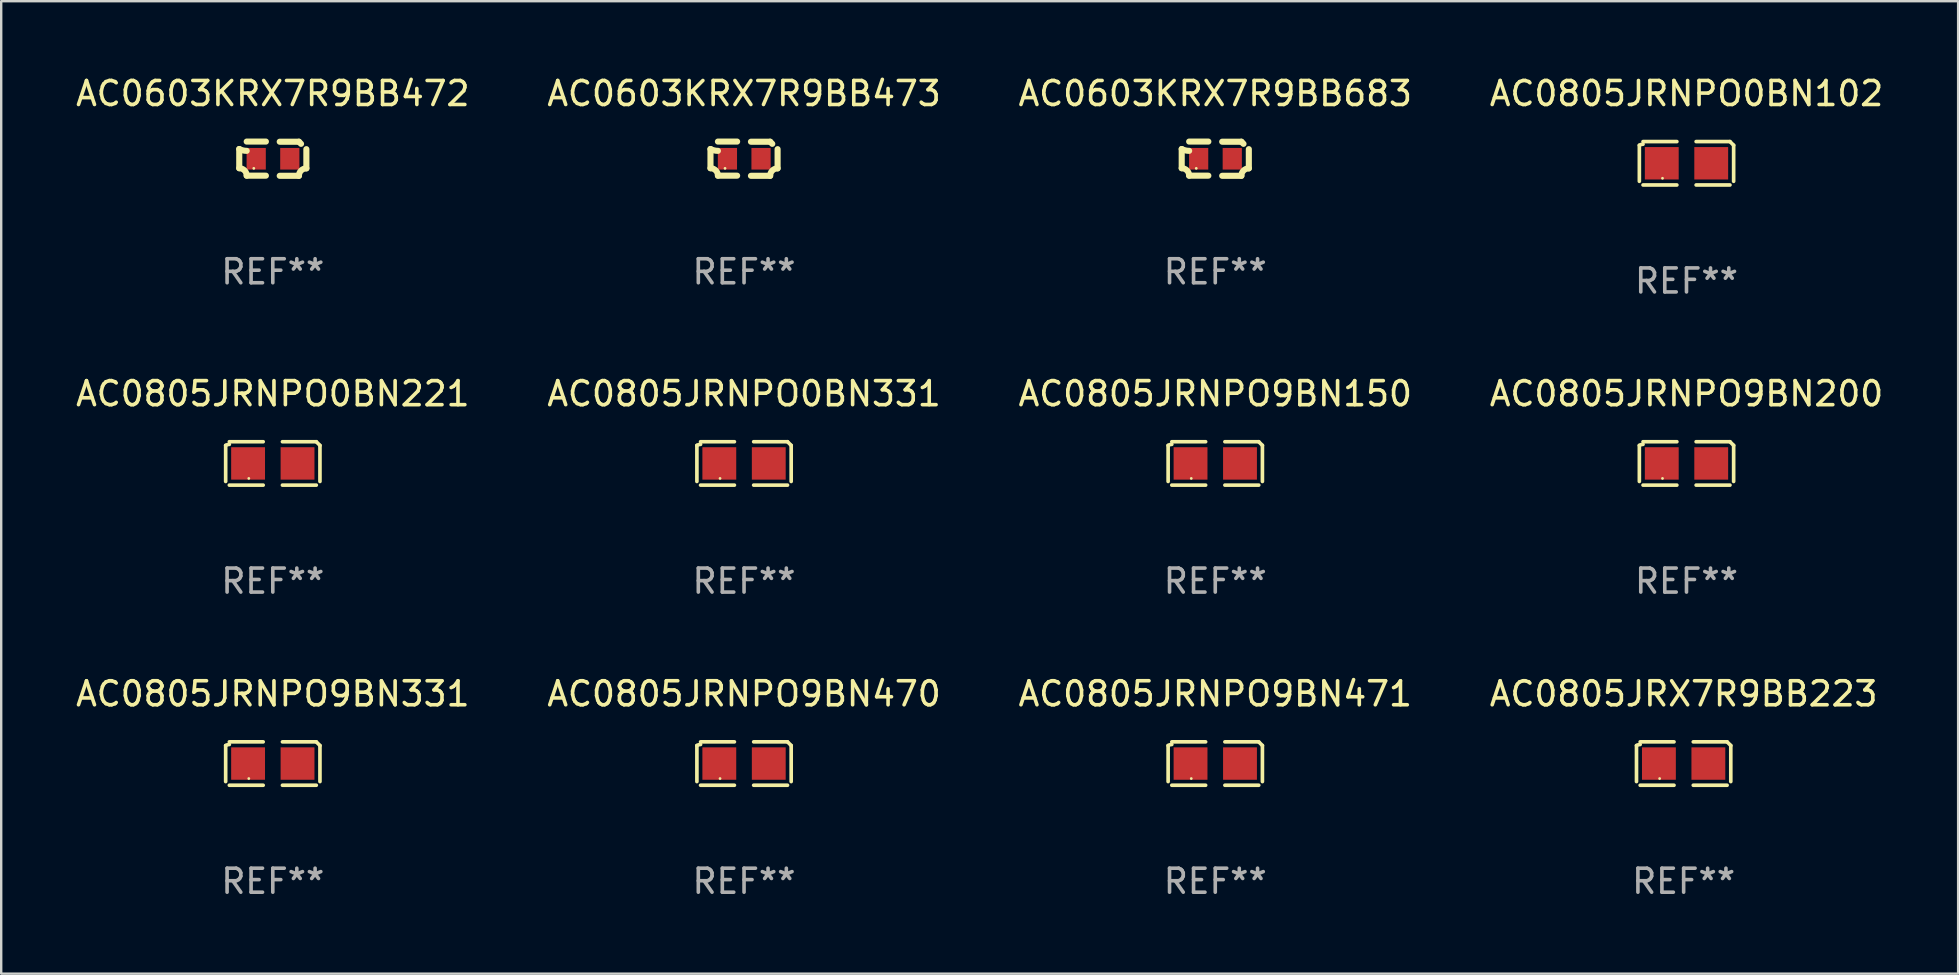
<source format=kicad_pcb>
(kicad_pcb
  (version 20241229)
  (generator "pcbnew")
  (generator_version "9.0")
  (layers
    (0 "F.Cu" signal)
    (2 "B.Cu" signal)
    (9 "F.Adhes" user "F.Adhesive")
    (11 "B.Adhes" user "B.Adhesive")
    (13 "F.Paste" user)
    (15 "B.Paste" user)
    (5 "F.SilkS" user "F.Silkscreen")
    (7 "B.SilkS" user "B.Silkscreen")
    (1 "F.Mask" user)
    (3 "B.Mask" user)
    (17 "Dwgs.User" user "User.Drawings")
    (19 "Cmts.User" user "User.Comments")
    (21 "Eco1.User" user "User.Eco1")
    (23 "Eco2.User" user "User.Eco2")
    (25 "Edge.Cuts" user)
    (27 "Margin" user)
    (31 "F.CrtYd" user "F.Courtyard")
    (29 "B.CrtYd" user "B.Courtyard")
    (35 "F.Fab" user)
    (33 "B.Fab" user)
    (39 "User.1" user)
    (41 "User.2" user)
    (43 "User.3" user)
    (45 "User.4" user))
  (footprint "AC0805JRNPO0BN102"
    (layer "F.Cu")
    (at 67.208 3.752)
    (property "Reference" "AC0805JRNPO0BN102" (at 0 -2.904 0) (layer "F.SilkS") (effects (font (size 1 1) (thickness 0.15))))
    (attr through_hole)
    (fp_line (start -1.964 0.751) (end -1.964 -0.751) (stroke (width 0.152) (type solid)) (layer "F.SilkS"))
    (fp_line (start -1.811 -0.904) (end -0.401 -0.904) (stroke (width 0.152) (type solid)) (layer "F.SilkS"))
    (fp_line (start -0.401 0.904) (end -1.811 0.904) (stroke (width 0.152) (type solid)) (layer "F.SilkS"))
    (fp_line (start 0.401 0.904) (end 1.811 0.904) (stroke (width 0.152) (type solid)) (layer "F.SilkS"))
    (fp_line (start 1.811 -0.904) (end 0.401 -0.904) (stroke (width 0.152) (type solid)) (layer "F.SilkS"))
    (fp_line (start 1.964 0.751) (end 1.964 -0.751) (stroke (width 0.152) (type solid)) (layer "F.SilkS"))
    (fp_arc (start -1.963602 -0.751207) (mid -1.890354 -0.783131) (end -1.811201 -0.794044) (stroke (width 0.1524) (type solid)) (layer "F.SilkS"))
    (fp_arc (start 1.811202 -0.903607) (mid 1.887413 -0.827418) (end 1.963602 -0.751207) (stroke (width 0.1524) (type solid)) (layer "F.SilkS"))
    (fp_circle (center -1 0.625) (end -0.97 0.625) (stroke (width 0.06) (type solid)) (fill no) (layer "F.SilkS"))
    (fp_text user "REF**" (at 0 4.904 0) (layer "F.Fab") (effects (font (size 1 1) (thickness 0.15))))
    (pad "1" smd rect (at -1.03 0) (size 1.41 1.35) (layers "F.Cu" "F.Mask" "F.Paste"))
    (pad "2" smd rect (at 1.03 0) (size 1.41 1.35) (layers "F.Cu" "F.Mask" "F.Paste")))
  (footprint "AC0805JRNPO9BN150"
    (layer "F.Cu")
    (at 47.577 16.256)
    (property "Reference" "AC0805JRNPO9BN150" (at 0 -2.904 0) (layer "F.SilkS") (effects (font (size 1 1) (thickness 0.15))))
    (attr through_hole)
    (fp_line (start -1.964 0.751) (end -1.964 -0.751) (stroke (width 0.152) (type solid)) (layer "F.SilkS"))
    (fp_line (start -1.811 -0.904) (end -0.401 -0.904) (stroke (width 0.152) (type solid)) (layer "F.SilkS"))
    (fp_line (start -0.401 0.904) (end -1.811 0.904) (stroke (width 0.152) (type solid)) (layer "F.SilkS"))
    (fp_line (start 0.401 0.904) (end 1.811 0.904) (stroke (width 0.152) (type solid)) (layer "F.SilkS"))
    (fp_line (start 1.811 -0.904) (end 0.401 -0.904) (stroke (width 0.152) (type solid)) (layer "F.SilkS"))
    (fp_line (start 1.964 0.751) (end 1.964 -0.751) (stroke (width 0.152) (type solid)) (layer "F.SilkS"))
    (fp_arc (start -1.963602 -0.751207) (mid -1.890354 -0.783131) (end -1.811201 -0.794044) (stroke (width 0.1524) (type solid)) (layer "F.SilkS"))
    (fp_arc (start 1.811202 -0.903607) (mid 1.887413 -0.827418) (end 1.963602 -0.751207) (stroke (width 0.1524) (type solid)) (layer "F.SilkS"))
    (fp_circle (center -1 0.625) (end -0.97 0.625) (stroke (width 0.06) (type solid)) (fill no) (layer "F.SilkS"))
    (fp_text user "REF**" (at 0 4.904 0) (layer "F.Fab") (effects (font (size 1 1) (thickness 0.15))))
    (pad "1" smd rect (at -1.03 0) (size 1.41 1.35) (layers "F.Cu" "F.Mask" "F.Paste"))
    (pad "2" smd rect (at 1.03 0) (size 1.41 1.35) (layers "F.Cu" "F.Mask" "F.Paste")))
  (footprint "AC0805JRNPO9BN470"
    (layer "F.Cu")
    (at 27.946 28.759)
    (property "Reference" "AC0805JRNPO9BN470" (at 0 -2.904 0) (layer "F.SilkS") (effects (font (size 1 1) (thickness 0.15))))
    (attr through_hole)
    (fp_line (start -1.964 0.751) (end -1.964 -0.751) (stroke (width 0.152) (type solid)) (layer "F.SilkS"))
    (fp_line (start -1.811 -0.904) (end -0.401 -0.904) (stroke (width 0.152) (type solid)) (layer "F.SilkS"))
    (fp_line (start -0.401 0.904) (end -1.811 0.904) (stroke (width 0.152) (type solid)) (layer "F.SilkS"))
    (fp_line (start 0.401 0.904) (end 1.811 0.904) (stroke (width 0.152) (type solid)) (layer "F.SilkS"))
    (fp_line (start 1.811 -0.904) (end 0.401 -0.904) (stroke (width 0.152) (type solid)) (layer "F.SilkS"))
    (fp_line (start 1.964 0.751) (end 1.964 -0.751) (stroke (width 0.152) (type solid)) (layer "F.SilkS"))
    (fp_arc (start -1.963602 -0.751207) (mid -1.890354 -0.783131) (end -1.811201 -0.794044) (stroke (width 0.1524) (type solid)) (layer "F.SilkS"))
    (fp_arc (start 1.811202 -0.903607) (mid 1.887413 -0.827418) (end 1.963602 -0.751207) (stroke (width 0.1524) (type solid)) (layer "F.SilkS"))
    (fp_circle (center -1 0.625) (end -0.97 0.625) (stroke (width 0.06) (type solid)) (fill no) (layer "F.SilkS"))
    (fp_text user "REF**" (at 0 4.904 0) (layer "F.Fab") (effects (font (size 1 1) (thickness 0.15))))
    (pad "1" smd rect (at -1.03 0) (size 1.41 1.35) (layers "F.Cu" "F.Mask" "F.Paste"))
    (pad "2" smd rect (at 1.03 0) (size 1.41 1.35) (layers "F.Cu" "F.Mask" "F.Paste")))
  (footprint "AC0603KRX7R9BB473"
    (layer "F.Cu")
    (at 27.946 3.561)
    (property "Reference" "AC0603KRX7R9BB473" (at 0 -2.713 0) (layer "F.SilkS") (effects (font (size 1 1) (thickness 0.15))))
    (attr through_hole)
    (fp_line (start -1.398 -0.403) (end -1.398 0.397) (stroke (width 0.254) (type solid)) (layer "F.SilkS"))
    (fp_line (start -0.288 -0.713) (end -1.088 -0.713) (stroke (width 0.254) (type solid)) (layer "F.SilkS"))
    (fp_line (start -0.288 0.707) (end -1.088 0.707) (stroke (width 0.254) (type solid)) (layer "F.SilkS"))
    (fp_line (start 0.288 -0.707) (end 1.088 -0.707) (stroke (width 0.254) (type solid)) (layer "F.SilkS"))
    (fp_line (start 0.288 0.713) (end 1.088 0.713) (stroke (width 0.254) (type solid)) (layer "F.SilkS"))
    (fp_line (start 1.398 -0.397) (end 1.398 0.403) (stroke (width 0.254) (type solid)) (layer "F.SilkS"))
    (fp_arc (start -1.397789 0.397066) (mid -1.178701 0.487826) (end -1.08796 0.706922) (stroke (width 0.254001) (type solid)) (layer "F.SilkS"))
    (fp_arc (start -1.08796 -0.327176) (mid -1.247436 -0.346384) (end -1.39779 -0.402908) (stroke (width 0.254001) (type solid)) (layer "F.SilkS"))
    (fp_arc (start 1.087909 0.712738) (mid 1.178656 0.493655) (end 1.397739 0.402908) (stroke (width 0.254001) (type solid)) (layer "F.SilkS"))
    (fp_arc (start 1.175925 -0.618926) (mid 1.131917 -0.662923) (end 1.08791 -0.706922) (stroke (width 0.254001) (type solid)) (layer "F.SilkS"))
    (fp_circle (center -0.792 0.403) (end -0.762 0.403) (stroke (width 0.06) (type solid)) (fill no) (layer "F.SilkS"))
    (fp_text user "REF**" (at 0 4.713 0) (layer "F.Fab") (effects (font (size 1 1) (thickness 0.15))))
    (pad "1" smd rect (at -0.692 0.003) (size 0.8 0.9) (layers "F.Cu" "F.Mask" "F.Paste"))
    (pad "2" smd rect (at 0.708 0.003) (size 0.8 0.9) (layers "F.Cu" "F.Mask" "F.Paste")))
  (footprint "AC0805JRNPO0BN221"
    (layer "F.Cu")
    (at 8.315 16.256)
    (property "Reference" "AC0805JRNPO0BN221" (at 0 -2.904 0) (layer "F.SilkS") (effects (font (size 1 1) (thickness 0.15))))
    (attr through_hole)
    (fp_line (start -1.964 0.751) (end -1.964 -0.751) (stroke (width 0.152) (type solid)) (layer "F.SilkS"))
    (fp_line (start -1.811 -0.904) (end -0.401 -0.904) (stroke (width 0.152) (type solid)) (layer "F.SilkS"))
    (fp_line (start -0.401 0.904) (end -1.811 0.904) (stroke (width 0.152) (type solid)) (layer "F.SilkS"))
    (fp_line (start 0.401 0.904) (end 1.811 0.904) (stroke (width 0.152) (type solid)) (layer "F.SilkS"))
    (fp_line (start 1.811 -0.904) (end 0.401 -0.904) (stroke (width 0.152) (type solid)) (layer "F.SilkS"))
    (fp_line (start 1.964 0.751) (end 1.964 -0.751) (stroke (width 0.152) (type solid)) (layer "F.SilkS"))
    (fp_arc (start -1.963602 -0.751207) (mid -1.890354 -0.783131) (end -1.811201 -0.794044) (stroke (width 0.1524) (type solid)) (layer "F.SilkS"))
    (fp_arc (start 1.811202 -0.903607) (mid 1.887413 -0.827418) (end 1.963602 -0.751207) (stroke (width 0.1524) (type solid)) (layer "F.SilkS"))
    (fp_circle (center -1 0.625) (end -0.97 0.625) (stroke (width 0.06) (type solid)) (fill no) (layer "F.SilkS"))
    (fp_text user "REF**" (at 0 4.904 0) (layer "F.Fab") (effects (font (size 1 1) (thickness 0.15))))
    (pad "1" smd rect (at -1.03 0) (size 1.41 1.35) (layers "F.Cu" "F.Mask" "F.Paste"))
    (pad "2" smd rect (at 1.03 0) (size 1.41 1.35) (layers "F.Cu" "F.Mask" "F.Paste")))
  (footprint "AC0805JRNPO9BN471"
    (layer "F.Cu")
    (at 47.577 28.759)
    (property "Reference" "AC0805JRNPO9BN471" (at 0 -2.904 0) (layer "F.SilkS") (effects (font (size 1 1) (thickness 0.15))))
    (attr through_hole)
    (fp_line (start -1.964 0.751) (end -1.964 -0.751) (stroke (width 0.152) (type solid)) (layer "F.SilkS"))
    (fp_line (start -1.811 -0.904) (end -0.401 -0.904) (stroke (width 0.152) (type solid)) (layer "F.SilkS"))
    (fp_line (start -0.401 0.904) (end -1.811 0.904) (stroke (width 0.152) (type solid)) (layer "F.SilkS"))
    (fp_line (start 0.401 0.904) (end 1.811 0.904) (stroke (width 0.152) (type solid)) (layer "F.SilkS"))
    (fp_line (start 1.811 -0.904) (end 0.401 -0.904) (stroke (width 0.152) (type solid)) (layer "F.SilkS"))
    (fp_line (start 1.964 0.751) (end 1.964 -0.751) (stroke (width 0.152) (type solid)) (layer "F.SilkS"))
    (fp_arc (start -1.963602 -0.751207) (mid -1.890354 -0.783131) (end -1.811201 -0.794044) (stroke (width 0.1524) (type solid)) (layer "F.SilkS"))
    (fp_arc (start 1.811202 -0.903607) (mid 1.887413 -0.827418) (end 1.963602 -0.751207) (stroke (width 0.1524) (type solid)) (layer "F.SilkS"))
    (fp_circle (center -1 0.625) (end -0.97 0.625) (stroke (width 0.06) (type solid)) (fill no) (layer "F.SilkS"))
    (fp_text user "REF**" (at 0 4.904 0) (layer "F.Fab") (effects (font (size 1 1) (thickness 0.15))))
    (pad "1" smd rect (at -1.03 0) (size 1.41 1.35) (layers "F.Cu" "F.Mask" "F.Paste"))
    (pad "2" smd rect (at 1.03 0) (size 1.41 1.35) (layers "F.Cu" "F.Mask" "F.Paste")))
  (footprint "AC0805JRNPO9BN200"
    (layer "F.Cu")
    (at 67.208 16.256)
    (property "Reference" "AC0805JRNPO9BN200" (at 0 -2.904 0) (layer "F.SilkS") (effects (font (size 1 1) (thickness 0.15))))
    (attr through_hole)
    (fp_line (start -1.964 0.751) (end -1.964 -0.751) (stroke (width 0.152) (type solid)) (layer "F.SilkS"))
    (fp_line (start -1.811 -0.904) (end -0.401 -0.904) (stroke (width 0.152) (type solid)) (layer "F.SilkS"))
    (fp_line (start -0.401 0.904) (end -1.811 0.904) (stroke (width 0.152) (type solid)) (layer "F.SilkS"))
    (fp_line (start 0.401 0.904) (end 1.811 0.904) (stroke (width 0.152) (type solid)) (layer "F.SilkS"))
    (fp_line (start 1.811 -0.904) (end 0.401 -0.904) (stroke (width 0.152) (type solid)) (layer "F.SilkS"))
    (fp_line (start 1.964 0.751) (end 1.964 -0.751) (stroke (width 0.152) (type solid)) (layer "F.SilkS"))
    (fp_arc (start -1.963602 -0.751207) (mid -1.890354 -0.783131) (end -1.811201 -0.794044) (stroke (width 0.1524) (type solid)) (layer "F.SilkS"))
    (fp_arc (start 1.811202 -0.903607) (mid 1.887413 -0.827418) (end 1.963602 -0.751207) (stroke (width 0.1524) (type solid)) (layer "F.SilkS"))
    (fp_circle (center -1 0.625) (end -0.97 0.625) (stroke (width 0.06) (type solid)) (fill no) (layer "F.SilkS"))
    (fp_text user "REF**" (at 0 4.904 0) (layer "F.Fab") (effects (font (size 1 1) (thickness 0.15))))
    (pad "1" smd rect (at -1.03 0) (size 1.41 1.35) (layers "F.Cu" "F.Mask" "F.Paste"))
    (pad "2" smd rect (at 1.03 0) (size 1.41 1.35) (layers "F.Cu" "F.Mask" "F.Paste")))
  (footprint "AC0805JRX7R9BB223"
    (layer "F.Cu")
    (at 67.089 28.759)
    (property "Reference" "AC0805JRX7R9BB223" (at 0 -2.904 0) (layer "F.SilkS") (effects (font (size 1 1) (thickness 0.15))))
    (attr through_hole)
    (fp_line (start -1.964 0.751) (end -1.964 -0.751) (stroke (width 0.152) (type solid)) (layer "F.SilkS"))
    (fp_line (start -1.811 -0.904) (end -0.401 -0.904) (stroke (width 0.152) (type solid)) (layer "F.SilkS"))
    (fp_line (start -0.401 0.904) (end -1.811 0.904) (stroke (width 0.152) (type solid)) (layer "F.SilkS"))
    (fp_line (start 0.401 0.904) (end 1.811 0.904) (stroke (width 0.152) (type solid)) (layer "F.SilkS"))
    (fp_line (start 1.811 -0.904) (end 0.401 -0.904) (stroke (width 0.152) (type solid)) (layer "F.SilkS"))
    (fp_line (start 1.964 0.751) (end 1.964 -0.751) (stroke (width 0.152) (type solid)) (layer "F.SilkS"))
    (fp_arc (start -1.963602 -0.751207) (mid -1.890354 -0.783131) (end -1.811201 -0.794044) (stroke (width 0.1524) (type solid)) (layer "F.SilkS"))
    (fp_arc (start 1.811202 -0.903607) (mid 1.887413 -0.827418) (end 1.963602 -0.751207) (stroke (width 0.1524) (type solid)) (layer "F.SilkS"))
    (fp_circle (center -1 0.625) (end -0.97 0.625) (stroke (width 0.06) (type solid)) (fill no) (layer "F.SilkS"))
    (fp_text user "REF**" (at 0 4.904 0) (layer "F.Fab") (effects (font (size 1 1) (thickness 0.15))))
    (pad "1" smd rect (at -1.03 0) (size 1.41 1.35) (layers "F.Cu" "F.Mask" "F.Paste"))
    (pad "2" smd rect (at 1.03 0) (size 1.41 1.35) (layers "F.Cu" "F.Mask" "F.Paste")))
  (footprint "AC0603KRX7R9BB683"
    (layer "F.Cu")
    (at 47.577 3.561)
    (property "Reference" "AC0603KRX7R9BB683" (at 0 -2.713 0) (layer "F.SilkS") (effects (font (size 1 1) (thickness 0.15))))
    (attr through_hole)
    (fp_line (start -1.398 -0.403) (end -1.398 0.397) (stroke (width 0.254) (type solid)) (layer "F.SilkS"))
    (fp_line (start -0.288 -0.713) (end -1.088 -0.713) (stroke (width 0.254) (type solid)) (layer "F.SilkS"))
    (fp_line (start -0.288 0.707) (end -1.088 0.707) (stroke (width 0.254) (type solid)) (layer "F.SilkS"))
    (fp_line (start 0.288 -0.707) (end 1.088 -0.707) (stroke (width 0.254) (type solid)) (layer "F.SilkS"))
    (fp_line (start 0.288 0.713) (end 1.088 0.713) (stroke (width 0.254) (type solid)) (layer "F.SilkS"))
    (fp_line (start 1.398 -0.397) (end 1.398 0.403) (stroke (width 0.254) (type solid)) (layer "F.SilkS"))
    (fp_arc (start -1.397789 0.397066) (mid -1.178701 0.487826) (end -1.08796 0.706922) (stroke (width 0.254001) (type solid)) (layer "F.SilkS"))
    (fp_arc (start -1.08796 -0.327176) (mid -1.247436 -0.346384) (end -1.39779 -0.402908) (stroke (width 0.254001) (type solid)) (layer "F.SilkS"))
    (fp_arc (start 1.087909 0.712738) (mid 1.178656 0.493655) (end 1.397739 0.402908) (stroke (width 0.254001) (type solid)) (layer "F.SilkS"))
    (fp_arc (start 1.175925 -0.618926) (mid 1.131917 -0.662923) (end 1.08791 -0.706922) (stroke (width 0.254001) (type solid)) (layer "F.SilkS"))
    (fp_circle (center -0.792 0.403) (end -0.762 0.403) (stroke (width 0.06) (type solid)) (fill no) (layer "F.SilkS"))
    (fp_text user "REF**" (at 0 4.713 0) (layer "F.Fab") (effects (font (size 1 1) (thickness 0.15))))
    (pad "1" smd rect (at -0.692 0.003) (size 0.8 0.9) (layers "F.Cu" "F.Mask" "F.Paste"))
    (pad "2" smd rect (at 0.708 0.003) (size 0.8 0.9) (layers "F.Cu" "F.Mask" "F.Paste")))
  (footprint "AC0805JRNPO0BN331"
    (layer "F.Cu")
    (at 27.946 16.256)
    (property "Reference" "AC0805JRNPO0BN331" (at 0 -2.904 0) (layer "F.SilkS") (effects (font (size 1 1) (thickness 0.15))))
    (attr through_hole)
    (fp_line (start -1.964 0.751) (end -1.964 -0.751) (stroke (width 0.152) (type solid)) (layer "F.SilkS"))
    (fp_line (start -1.811 -0.904) (end -0.401 -0.904) (stroke (width 0.152) (type solid)) (layer "F.SilkS"))
    (fp_line (start -0.401 0.904) (end -1.811 0.904) (stroke (width 0.152) (type solid)) (layer "F.SilkS"))
    (fp_line (start 0.401 0.904) (end 1.811 0.904) (stroke (width 0.152) (type solid)) (layer "F.SilkS"))
    (fp_line (start 1.811 -0.904) (end 0.401 -0.904) (stroke (width 0.152) (type solid)) (layer "F.SilkS"))
    (fp_line (start 1.964 0.751) (end 1.964 -0.751) (stroke (width 0.152) (type solid)) (layer "F.SilkS"))
    (fp_arc (start -1.963602 -0.751207) (mid -1.890354 -0.783131) (end -1.811201 -0.794044) (stroke (width 0.1524) (type solid)) (layer "F.SilkS"))
    (fp_arc (start 1.811202 -0.903607) (mid 1.887413 -0.827418) (end 1.963602 -0.751207) (stroke (width 0.1524) (type solid)) (layer "F.SilkS"))
    (fp_circle (center -1 0.625) (end -0.97 0.625) (stroke (width 0.06) (type solid)) (fill no) (layer "F.SilkS"))
    (fp_text user "REF**" (at 0 4.904 0) (layer "F.Fab") (effects (font (size 1 1) (thickness 0.15))))
    (pad "1" smd rect (at -1.03 0) (size 1.41 1.35) (layers "F.Cu" "F.Mask" "F.Paste"))
    (pad "2" smd rect (at 1.03 0) (size 1.41 1.35) (layers "F.Cu" "F.Mask" "F.Paste")))
  (footprint "AC0603KRX7R9BB472"
    (layer "F.Cu")
    (at 8.315 3.561)
    (property "Reference" "AC0603KRX7R9BB472" (at 0 -2.713 0) (layer "F.SilkS") (effects (font (size 1 1) (thickness 0.15))))
    (attr through_hole)
    (fp_line (start -1.398 -0.403) (end -1.398 0.397) (stroke (width 0.254) (type solid)) (layer "F.SilkS"))
    (fp_line (start -0.288 -0.713) (end -1.088 -0.713) (stroke (width 0.254) (type solid)) (layer "F.SilkS"))
    (fp_line (start -0.288 0.707) (end -1.088 0.707) (stroke (width 0.254) (type solid)) (layer "F.SilkS"))
    (fp_line (start 0.288 -0.707) (end 1.088 -0.707) (stroke (width 0.254) (type solid)) (layer "F.SilkS"))
    (fp_line (start 0.288 0.713) (end 1.088 0.713) (stroke (width 0.254) (type solid)) (layer "F.SilkS"))
    (fp_line (start 1.398 -0.397) (end 1.398 0.403) (stroke (width 0.254) (type solid)) (layer "F.SilkS"))
    (fp_arc (start -1.397789 0.397066) (mid -1.178701 0.487826) (end -1.08796 0.706922) (stroke (width 0.254001) (type solid)) (layer "F.SilkS"))
    (fp_arc (start -1.08796 -0.327176) (mid -1.247436 -0.346384) (end -1.39779 -0.402908) (stroke (width 0.254001) (type solid)) (layer "F.SilkS"))
    (fp_arc (start 1.087909 0.712738) (mid 1.178656 0.493655) (end 1.397739 0.402908) (stroke (width 0.254001) (type solid)) (layer "F.SilkS"))
    (fp_arc (start 1.175925 -0.618926) (mid 1.131917 -0.662923) (end 1.08791 -0.706922) (stroke (width 0.254001) (type solid)) (layer "F.SilkS"))
    (fp_circle (center -0.792 0.403) (end -0.762 0.403) (stroke (width 0.06) (type solid)) (fill no) (layer "F.SilkS"))
    (fp_text user "REF**" (at 0 4.713 0) (layer "F.Fab") (effects (font (size 1 1) (thickness 0.15))))
    (pad "1" smd rect (at -0.692 0.003) (size 0.8 0.9) (layers "F.Cu" "F.Mask" "F.Paste"))
    (pad "2" smd rect (at 0.708 0.003) (size 0.8 0.9) (layers "F.Cu" "F.Mask" "F.Paste")))
  (footprint "AC0805JRNPO9BN331"
    (layer "F.Cu")
    (at 8.315 28.759)
    (property "Reference" "AC0805JRNPO9BN331" (at 0 -2.904 0) (layer "F.SilkS") (effects (font (size 1 1) (thickness 0.15))))
    (attr through_hole)
    (fp_line (start -1.964 0.751) (end -1.964 -0.751) (stroke (width 0.152) (type solid)) (layer "F.SilkS"))
    (fp_line (start -1.811 -0.904) (end -0.401 -0.904) (stroke (width 0.152) (type solid)) (layer "F.SilkS"))
    (fp_line (start -0.401 0.904) (end -1.811 0.904) (stroke (width 0.152) (type solid)) (layer "F.SilkS"))
    (fp_line (start 0.401 0.904) (end 1.811 0.904) (stroke (width 0.152) (type solid)) (layer "F.SilkS"))
    (fp_line (start 1.811 -0.904) (end 0.401 -0.904) (stroke (width 0.152) (type solid)) (layer "F.SilkS"))
    (fp_line (start 1.964 0.751) (end 1.964 -0.751) (stroke (width 0.152) (type solid)) (layer "F.SilkS"))
    (fp_arc (start -1.963602 -0.751207) (mid -1.890354 -0.783131) (end -1.811201 -0.794044) (stroke (width 0.1524) (type solid)) (layer "F.SilkS"))
    (fp_arc (start 1.811202 -0.903607) (mid 1.887413 -0.827418) (end 1.963602 -0.751207) (stroke (width 0.1524) (type solid)) (layer "F.SilkS"))
    (fp_circle (center -1 0.625) (end -0.97 0.625) (stroke (width 0.06) (type solid)) (fill no) (layer "F.SilkS"))
    (fp_text user "REF**" (at 0 4.904 0) (layer "F.Fab") (effects (font (size 1 1) (thickness 0.15))))
    (pad "1" smd rect (at -1.03 0) (size 1.41 1.35) (layers "F.Cu" "F.Mask" "F.Paste"))
    (pad "2" smd rect (at 1.03 0) (size 1.41 1.35) (layers "F.Cu" "F.Mask" "F.Paste")))
  (gr_rect
    (start -3 -3)
    (end 78.524 37.511)
    (stroke (width 0.1) (type default))
    (fill no)
    (layer "Edge.Cuts")))
</source>
